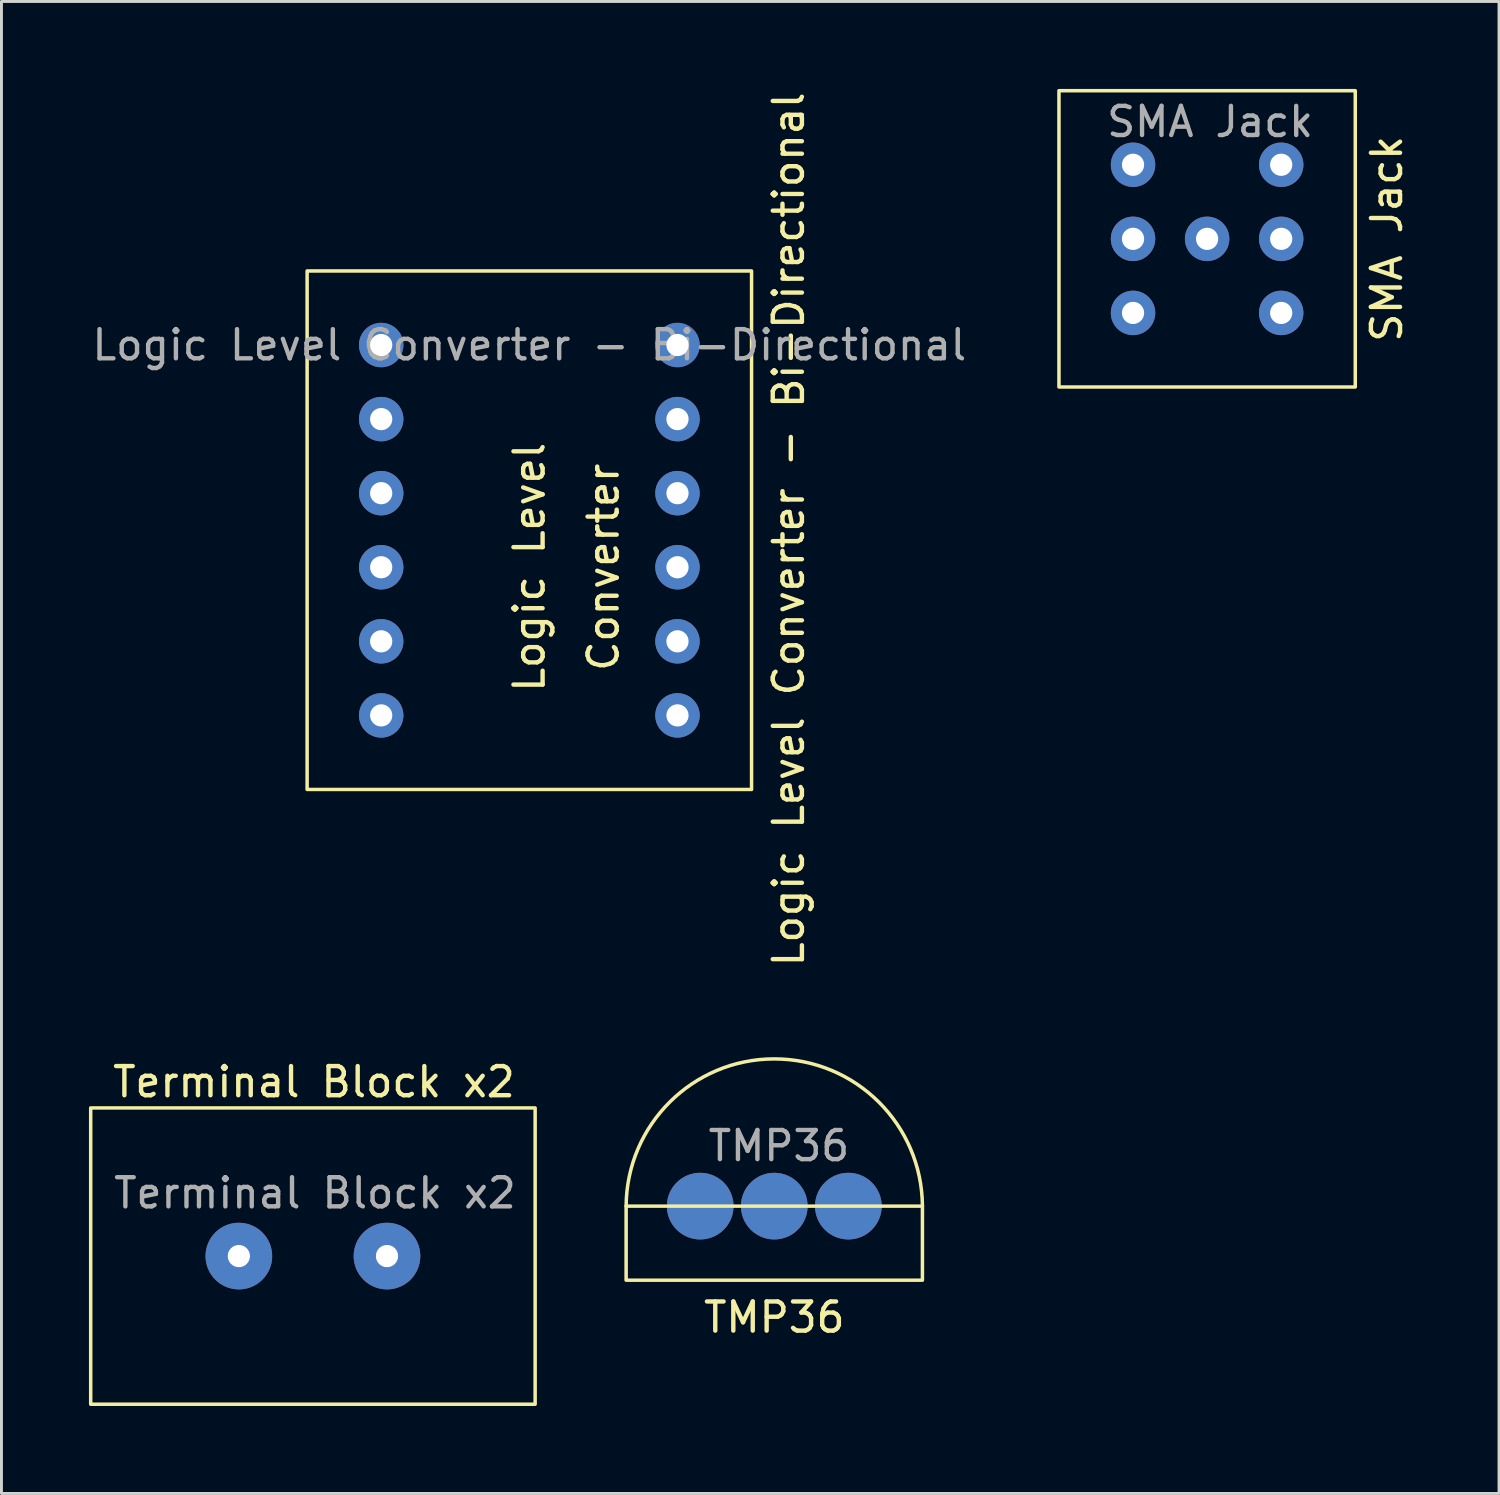
<source format=kicad_pcb>
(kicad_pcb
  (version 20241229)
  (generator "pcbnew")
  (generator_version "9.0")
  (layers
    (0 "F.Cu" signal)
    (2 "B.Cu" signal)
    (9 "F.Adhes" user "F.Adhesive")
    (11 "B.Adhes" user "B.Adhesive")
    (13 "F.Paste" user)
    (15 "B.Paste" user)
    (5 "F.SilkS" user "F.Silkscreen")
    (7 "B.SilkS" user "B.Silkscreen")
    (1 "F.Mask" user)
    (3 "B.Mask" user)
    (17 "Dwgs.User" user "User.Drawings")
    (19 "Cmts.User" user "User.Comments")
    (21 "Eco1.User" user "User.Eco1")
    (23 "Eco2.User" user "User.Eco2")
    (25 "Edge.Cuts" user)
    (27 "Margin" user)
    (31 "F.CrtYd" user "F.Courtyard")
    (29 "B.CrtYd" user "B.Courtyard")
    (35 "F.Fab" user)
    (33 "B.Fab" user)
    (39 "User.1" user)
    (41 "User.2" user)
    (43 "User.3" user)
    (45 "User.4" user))
  (footprint "SMA Jack"
    (layer "F.Cu")
    (at 38.342 5.14)
    (property "Reference" "SMA Jack" (at 6.161 0 90) (unlocked yes) (layer "F.SilkS") (effects (font (size 1 1) (thickness 0.15))))
    (attr through_hole)
    (fp_rect (start -5.08 -5.08) (end 5.08 5.08) (stroke (width 0.12) (type solid)) (fill no) (layer "F.SilkS"))
    (fp_text user "${REFERENCE}" (at 0.102 -4.016 0) (unlocked yes) (layer "F.Fab") (effects (font (size 1 1) (thickness 0.15))))
    (pad "1" thru_hole circle (at 0 0) (size 1.524 1.524) (drill 0.762) (layers "*.Cu" "*.Mask"))
    (pad "2" thru_hole circle (at -2.54 -2.54) (size 1.524 1.524) (drill 0.762) (layers "*.Cu" "*.Mask"))
    (pad "2" thru_hole circle (at -2.54 0) (size 1.524 1.524) (drill 0.762) (layers "*.Cu" "*.Mask"))
    (pad "2" thru_hole circle (at -2.54 2.54) (size 1.524 1.524) (drill 0.762) (layers "*.Cu" "*.Mask"))
    (pad "2" thru_hole circle (at 2.54 -2.54) (size 1.524 1.524) (drill 0.762) (layers "*.Cu" "*.Mask"))
    (pad "2" thru_hole circle (at 2.54 0) (size 1.524 1.524) (drill 0.762) (layers "*.Cu" "*.Mask"))
    (pad "2" thru_hole circle (at 2.54 2.54) (size 1.524 1.524) (drill 0.762) (layers "*.Cu" "*.Mask")))
  (footprint "Terminal Block x2"
    (layer "F.Cu")
    (at 7.68 40.021)
    (property "Reference" "Terminal Block x2" (at 0.035 -5.971 0) (unlocked yes) (layer "F.SilkS") (effects (font (size 1 1) (thickness 0.15))))
    (attr through_hole)
    (fp_rect (start -7.62 -5.08) (end 7.62 5.08) (stroke (width 0.12) (type solid)) (fill no) (layer "F.SilkS"))
    (fp_text user "${REFERENCE}" (at 0.069 -2.16 0) (unlocked yes) (layer "F.Fab") (effects (font (size 1 1) (thickness 0.15))))
    (pad "1" thru_hole circle (at -2.54 0) (size 2.286 2.286) (drill 0.762) (layers "*.Cu" "*.Mask"))
    (pad "2" thru_hole circle (at 2.54 0) (size 2.286 2.286) (drill 0.762) (layers "*.Cu" "*.Mask")))
  (footprint "Logic Level Converter - Bi-Directional"
    (layer "F.Cu")
    (at 15.101 16.401)
    (property "Reference" "Logic Level Converter - Bi-Directional" (at 8.892 -1.3 90) (unlocked yes) (layer "F.SilkS") (effects (font (size 1 1) (thickness 0.15))))
    (attr through_hole)
    (fp_rect (start -7.62 7.62) (end 7.62 -10.16) (stroke (width 0.12) (type solid)) (fill no) (layer "F.SilkS"))
    (fp_text user "Logic Level" (at 0 0 90) (unlocked yes) (layer "F.SilkS") (effects (font (size 1 1) (thickness 0.15))))
    (fp_text user "Converter" (at 2.54 0 90) (unlocked yes) (layer "F.SilkS") (effects (font (size 1 1) (thickness 0.15))))
    (fp_text user "${REFERENCE}" (at 0 -7.62 0) (unlocked yes) (layer "F.Fab") (effects (font (size 1 1) (thickness 0.15))))
    (pad "1" thru_hole circle (at -5.08 5.08 90) (size 1.524 1.524) (drill 0.762) (layers "*.Cu" "*.Mask"))
    (pad "2" thru_hole circle (at -5.08 2.54 90) (size 1.524 1.524) (drill 0.762) (layers "*.Cu" "*.Mask"))
    (pad "3" thru_hole circle (at -5.08 0 90) (size 1.524 1.524) (drill 0.762) (layers "*.Cu" "*.Mask"))
    (pad "4" thru_hole circle (at -5.08 -2.54 90) (size 1.524 1.524) (drill 0.762) (layers "*.Cu" "*.Mask"))
    (pad "5" thru_hole circle (at -5.08 -5.08 90) (size 1.524 1.524) (drill 0.762) (layers "*.Cu" "*.Mask"))
    (pad "6" thru_hole circle (at -5.08 -7.62 90) (size 1.524 1.524) (drill 0.762) (layers "*.Cu" "*.Mask"))
    (pad "7" thru_hole circle (at 5.08 5.08 90) (size 1.524 1.524) (drill 0.762) (layers "*.Cu" "*.Mask"))
    (pad "8" thru_hole circle (at 5.08 2.54 90) (size 1.524 1.524) (drill 0.762) (layers "*.Cu" "*.Mask"))
    (pad "9" thru_hole circle (at 5.08 0 90) (size 1.524 1.524) (drill 0.762) (layers "*.Cu" "*.Mask"))
    (pad "10" thru_hole circle (at 5.08 -2.54 90) (size 1.524 1.524) (drill 0.762) (layers "*.Cu" "*.Mask"))
    (pad "11" thru_hole circle (at 5.08 -5.08 90) (size 1.524 1.524) (drill 0.762) (layers "*.Cu" "*.Mask"))
    (pad "12" thru_hole circle (at 5.08 -7.62 90) (size 1.524 1.524) (drill 0.762) (layers "*.Cu" "*.Mask")))
  (footprint "TMP36"
    (layer "F.Cu")
    (at 23.5 38.308)
    (property "Reference" "TMP36" (at 0 3.814 0) (unlocked yes) (layer "F.SilkS") (effects (font (size 1 1) (thickness 0.15))))
    (attr through_hole)
    (fp_rect (start -5.08 0) (end 5.08 2.54) (stroke (width 0.12) (type solid)) (fill no) (layer "F.SilkS"))
    (fp_arc (start -5.08 0) (mid 0 -5.045906) (end 5.08 0) (stroke (width 0.12) (type solid)) (layer "F.SilkS"))
    (fp_text user "${REFERENCE}" (at 0.159 -2.066 0) (unlocked yes) (layer "F.Fab") (effects (font (size 1 1) (thickness 0.15))))
    (pad "1" thru_hole circle (at -2.54 0) (size 2.286 2.286) (drill 0.000001) (layers "*.Cu" "*.Mask"))
    (pad "2" thru_hole circle (at 0 0) (size 2.286 2.286) (drill 0.000001) (layers "*.Cu" "*.Mask"))
    (pad "3" thru_hole circle (at 2.54 0) (size 2.286 2.286) (drill 0.000001) (layers "*.Cu" "*.Mask")))
  (gr_rect
    (start -3 -3)
    (end 48.351 48.161)
    (stroke (width 0.1) (type default))
    (fill no)
    (layer "Edge.Cuts")))
</source>
